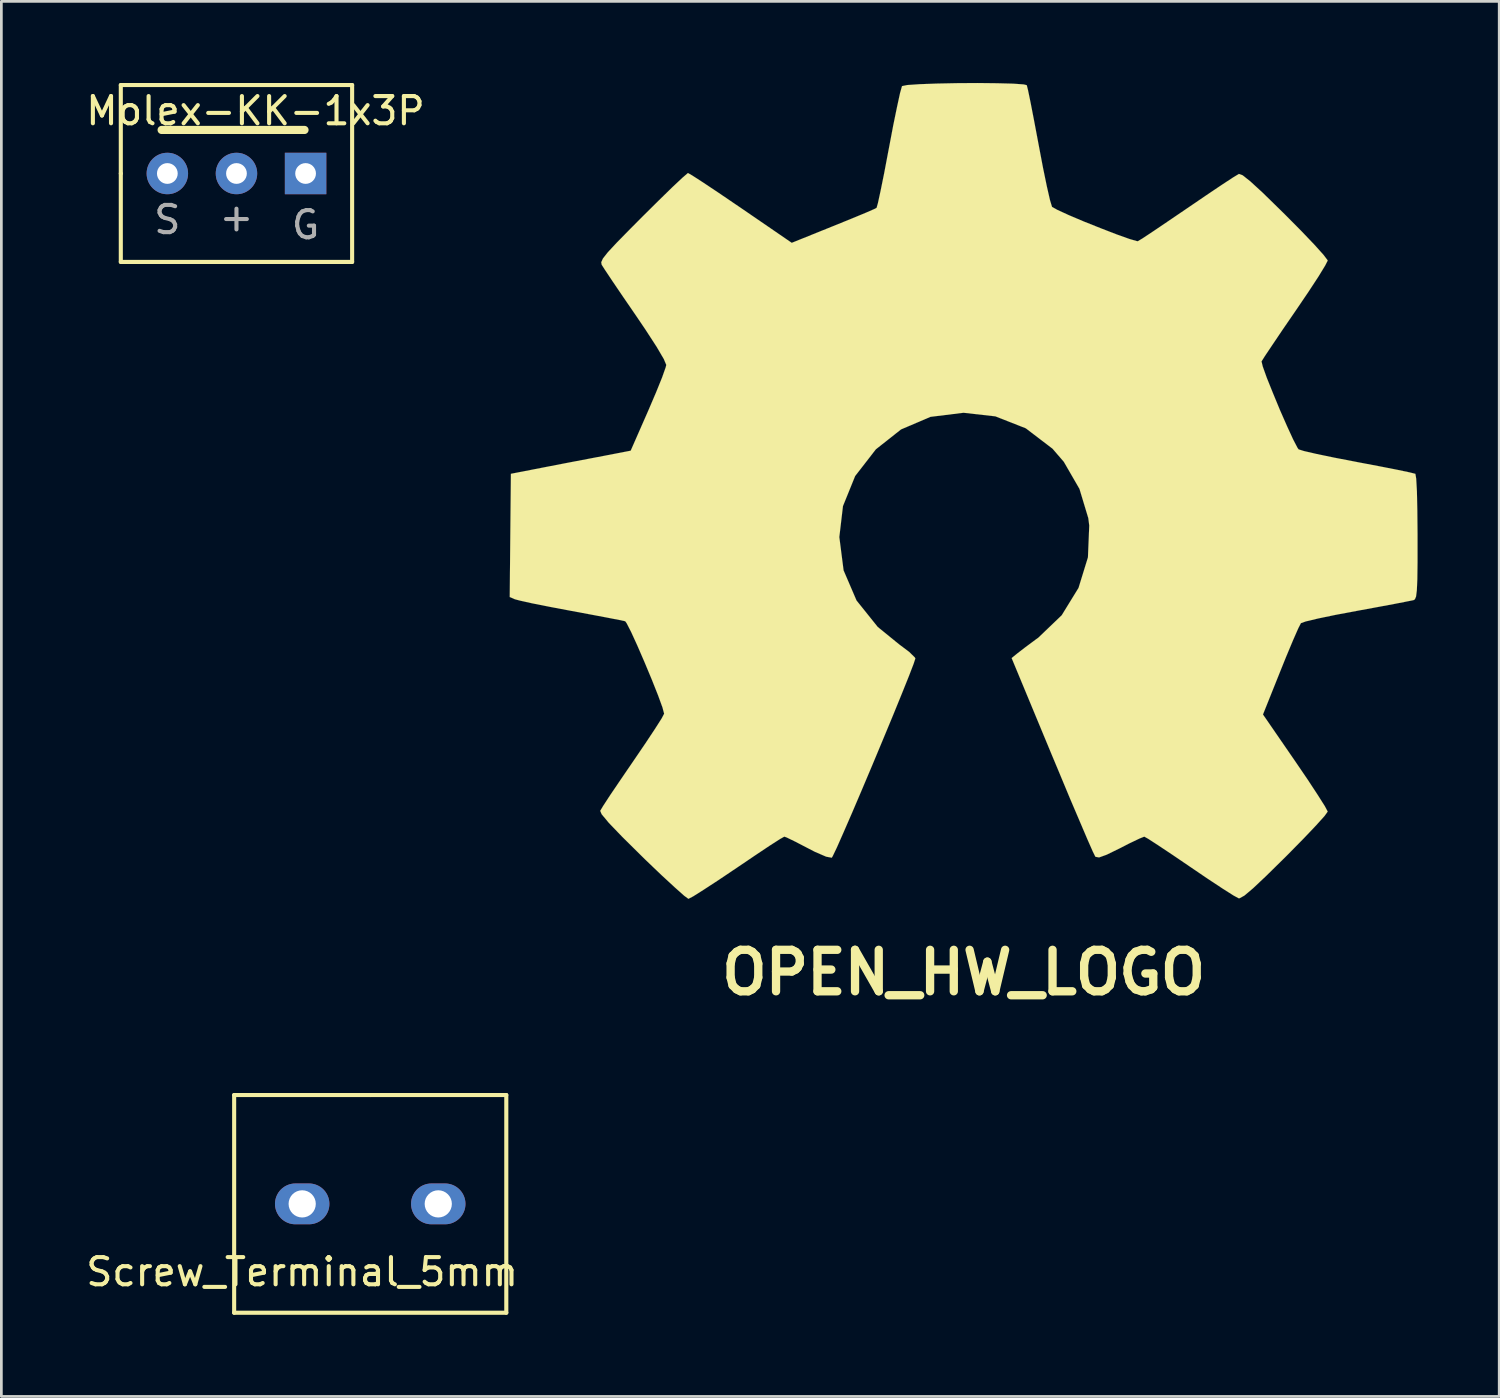
<source format=kicad_pcb>
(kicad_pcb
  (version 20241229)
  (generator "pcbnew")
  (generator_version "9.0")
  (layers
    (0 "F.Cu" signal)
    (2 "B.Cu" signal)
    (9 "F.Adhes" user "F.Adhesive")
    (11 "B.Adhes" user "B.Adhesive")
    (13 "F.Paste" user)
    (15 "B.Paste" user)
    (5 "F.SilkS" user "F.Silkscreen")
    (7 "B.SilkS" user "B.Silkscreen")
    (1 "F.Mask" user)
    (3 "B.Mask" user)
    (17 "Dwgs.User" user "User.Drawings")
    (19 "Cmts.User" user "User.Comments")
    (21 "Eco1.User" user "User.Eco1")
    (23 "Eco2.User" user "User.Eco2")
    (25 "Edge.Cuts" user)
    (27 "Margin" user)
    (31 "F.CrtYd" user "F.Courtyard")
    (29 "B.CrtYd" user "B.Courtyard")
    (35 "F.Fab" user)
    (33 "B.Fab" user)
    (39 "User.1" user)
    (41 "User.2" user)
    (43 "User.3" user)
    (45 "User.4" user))
  (footprint "Screw_Terminal_5mm"
    (layer "F.Cu")
    (at 10.554 41.187)
    (property "Reference" "Screw_Terminal_5mm" (at -2.5 2.5 0) (layer "F.SilkS") (effects (font (size 1 1) (thickness 0.15))))
    (attr through_hole)
    (fp_line (start -5 -4) (end -5 4) (stroke (width 0.15) (type solid)) (layer "F.SilkS"))
    (fp_line (start -5 4) (end 5 4) (stroke (width 0.15) (type solid)) (layer "F.SilkS"))
    (fp_line (start 0 -4) (end -5 -4) (stroke (width 0.15) (type solid)) (layer "F.SilkS"))
    (fp_line (start 5 -4) (end 0 -4) (stroke (width 0.15) (type solid)) (layer "F.SilkS"))
    (fp_line (start 5 4) (end 5 -4) (stroke (width 0.15) (type solid)) (layer "F.SilkS"))
    (pad "1" thru_hole oval (at -2.5 0) (size 2 1.5) (drill 1) (layers "*.Cu" "F.Mask"))
    (pad "2" thru_hole oval (at 2.5 0) (size 2 1.5) (drill 1) (layers "*.Cu" "F.Mask")))
  (footprint "OPEN_HW_LOGO"
    (layer "F.Cu")
    (at 32.36 14.992)
    (property "Reference" "OPEN_HW_LOGO" (at 0 17.694 0) (layer "F.SilkS") (effects (font (size 1.524 1.524) (thickness 0.305))))
    (attr through_hole)
    (fp_poly (pts (xy -10.114 14.986) (xy -9.939 14.895) (xy -9.548 14.648) (xy -8.992 14.285) (xy -8.334 13.843) (xy -7.673 13.396) (xy -7.13 13.033) (xy -6.749 12.789) (xy -6.591 12.7) (xy -6.505 12.73) (xy -6.19 12.883) (xy -5.735 13.119) (xy -5.471 13.256) (xy -5.052 13.437) (xy -4.846 13.475) (xy -4.811 13.416) (xy -4.658 13.096) (xy -4.417 12.55) (xy -4.102 11.826) (xy -3.741 10.98) (xy -3.355 10.066) (xy -2.967 9.136) (xy -2.598 8.247) (xy -2.273 7.45) (xy -2.012 6.8) (xy -1.839 6.35) (xy -1.775 6.154) (xy -1.796 6.114) (xy -2.004 5.911) (xy -2.37 5.636) (xy -3.157 4.996) (xy -3.937 4.023) (xy -4.412 2.918) (xy -4.569 1.692) (xy -4.435 0.554) (xy -3.988 -0.549) (xy -3.226 -1.532) (xy -2.301 -2.263) (xy -1.219 -2.725) (xy -0.005 -2.875) (xy 1.166 -2.743) (xy 2.283 -2.304) (xy 3.266 -1.554) (xy 3.68 -1.074) (xy 4.255 -0.079) (xy 4.58 0.996) (xy 4.615 1.27) (xy 4.567 2.438) (xy 4.221 3.561) (xy 3.602 4.567) (xy 2.743 5.39) (xy 2.637 5.466) (xy 2.238 5.763) (xy 1.971 5.969) (xy 1.763 6.139) (xy 3.254 9.731) (xy 3.493 10.302) (xy 3.901 11.283) (xy 4.262 12.129) (xy 4.549 12.802) (xy 4.747 13.251) (xy 4.836 13.432) (xy 4.846 13.442) (xy 4.976 13.465) (xy 5.253 13.365) (xy 5.751 13.122) (xy 6.083 12.951) (xy 6.464 12.769) (xy 6.637 12.7) (xy 6.779 12.779) (xy 7.148 13.018) (xy 7.681 13.373) (xy 8.324 13.81) (xy 8.933 14.224) (xy 9.497 14.597) (xy 9.909 14.859) (xy 10.104 14.966) (xy 10.137 14.966) (xy 10.315 14.867) (xy 10.635 14.597) (xy 11.125 14.135) (xy 11.819 13.452) (xy 11.923 13.348) (xy 12.492 12.769) (xy 12.954 12.283) (xy 13.264 11.938) (xy 13.376 11.781) (xy 13.376 11.778) (xy 13.274 11.585) (xy 13.015 11.176) (xy 12.642 10.607) (xy 12.187 9.939) (xy 10.998 8.212) (xy 11.651 6.581) (xy 11.852 6.083) (xy 12.106 5.476) (xy 12.296 5.044) (xy 12.393 4.856) (xy 12.57 4.793) (xy 13.018 4.686) (xy 13.663 4.552) (xy 14.435 4.407) (xy 15.169 4.272) (xy 15.834 4.148) (xy 16.314 4.054) (xy 16.53 4.011) (xy 16.581 3.98) (xy 16.624 3.876) (xy 16.652 3.65) (xy 16.67 3.246) (xy 16.678 2.611) (xy 16.678 1.692) (xy 16.678 1.593) (xy 16.67 0.714) (xy 16.655 0.015) (xy 16.629 -0.45) (xy 16.599 -0.63) (xy 16.596 -0.632) (xy 16.391 -0.683) (xy 15.921 -0.782) (xy 15.258 -0.912) (xy 14.465 -1.062) (xy 14.417 -1.072) (xy 13.627 -1.224) (xy 12.967 -1.361) (xy 12.504 -1.468) (xy 12.309 -1.529) (xy 12.268 -1.585) (xy 12.108 -1.892) (xy 11.882 -2.383) (xy 11.62 -2.979) (xy 11.364 -3.599) (xy 11.14 -4.155) (xy 10.991 -4.572) (xy 10.945 -4.76) (xy 10.947 -4.765) (xy 11.067 -4.956) (xy 11.339 -5.362) (xy 11.722 -5.931) (xy 12.182 -6.601) (xy 12.217 -6.652) (xy 12.67 -7.32) (xy 13.038 -7.882) (xy 13.284 -8.285) (xy 13.376 -8.466) (xy 13.373 -8.479) (xy 13.223 -8.677) (xy 12.883 -9.055) (xy 12.398 -9.563) (xy 11.814 -10.152) (xy 11.628 -10.335) (xy 10.98 -10.968) (xy 10.528 -11.382) (xy 10.249 -11.603) (xy 10.114 -11.651) (xy 10.109 -11.648) (xy 9.909 -11.527) (xy 9.489 -11.252) (xy 8.915 -10.866) (xy 8.24 -10.406) (xy 8.191 -10.373) (xy 7.526 -9.921) (xy 6.97 -9.545) (xy 6.576 -9.284) (xy 6.403 -9.18) (xy 6.373 -9.18) (xy 6.101 -9.258) (xy 5.629 -9.426) (xy 5.044 -9.652) (xy 4.427 -9.898) (xy 3.868 -10.135) (xy 3.447 -10.328) (xy 3.249 -10.439) (xy 3.244 -10.45) (xy 3.172 -10.688) (xy 3.058 -11.186) (xy 2.916 -11.874) (xy 2.761 -12.69) (xy 2.736 -12.822) (xy 2.586 -13.617) (xy 2.459 -14.272) (xy 2.365 -14.727) (xy 2.319 -14.912) (xy 2.207 -14.94) (xy 1.816 -14.968) (xy 1.224 -14.983) (xy 0.508 -14.991) (xy -0.257 -14.986) (xy -0.993 -14.971) (xy -1.623 -14.948) (xy -2.073 -14.917) (xy -2.261 -14.879) (xy -2.268 -14.869) (xy -2.337 -14.623) (xy -2.446 -14.122) (xy -2.588 -13.432) (xy -2.743 -12.614) (xy -2.771 -12.469) (xy -2.921 -11.676) (xy -3.053 -11.026) (xy -3.15 -10.579) (xy -3.2 -10.404) (xy -3.272 -10.366) (xy -3.599 -10.223) (xy -4.13 -10.003) (xy -4.788 -9.736) (xy -6.317 -9.119) (xy -8.186 -10.401) (xy -8.359 -10.518) (xy -9.032 -10.975) (xy -9.586 -11.344) (xy -9.972 -11.593) (xy -10.13 -11.684) (xy -10.142 -11.676) (xy -10.33 -11.514) (xy -10.701 -11.166) (xy -11.206 -10.673) (xy -11.798 -10.086) (xy -12.233 -9.649) (xy -12.748 -9.124) (xy -13.076 -8.771) (xy -13.254 -8.545) (xy -13.317 -8.407) (xy -13.302 -8.316) (xy -13.18 -8.125) (xy -12.906 -7.714) (xy -12.52 -7.145) (xy -12.065 -6.482) (xy -11.692 -5.931) (xy -11.283 -5.301) (xy -11.019 -4.851) (xy -10.927 -4.633) (xy -10.95 -4.542) (xy -11.079 -4.176) (xy -11.303 -3.622) (xy -11.585 -2.962) (xy -12.235 -1.481) (xy -13.208 -1.293) (xy -13.795 -1.181) (xy -14.618 -1.024) (xy -15.408 -0.871) (xy -16.637 -0.632) (xy -16.68 3.896) (xy -16.49 3.978) (xy -16.309 4.026) (xy -15.852 4.128) (xy -15.202 4.257) (xy -14.435 4.402) (xy -13.78 4.524) (xy -13.122 4.648) (xy -12.649 4.74) (xy -12.438 4.785) (xy -12.385 4.856) (xy -12.22 5.177) (xy -11.989 5.682) (xy -11.725 6.292) (xy -11.46 6.927) (xy -11.229 7.508) (xy -11.067 7.953) (xy -11.006 8.184) (xy -11.097 8.357) (xy -11.344 8.745) (xy -11.709 9.296) (xy -12.156 9.952) (xy -12.603 10.607) (xy -12.982 11.166) (xy -13.246 11.57) (xy -13.355 11.753) (xy -13.302 11.877) (xy -13.038 12.195) (xy -12.545 12.708) (xy -11.811 13.434) (xy -11.692 13.551) (xy -11.105 14.112) (xy -10.612 14.567) (xy -10.267 14.874) (xy -10.114 14.986)) (stroke (width 0.003) (type solid)) (fill yes) (layer "F.SilkS")))
  (footprint "Molex-KK-1x3P"
    (layer "F.Cu")
    (at 5.639 3.325)
    (property "Reference" "Molex-KK-1x3P" (at 0.7 -2.3 0) (layer "F.SilkS") (effects (font (size 1 1) (thickness 0.15))))
    (attr through_hole)
    (fp_line (start -4.25 -3.25) (end 4.25 -3.25) (stroke (width 0.15) (type solid)) (layer "F.SilkS"))
    (fp_line (start -4.25 0) (end -4.25 -3.25) (stroke (width 0.15) (type solid)) (layer "F.SilkS"))
    (fp_line (start -4.25 3.25) (end -4.25 0) (stroke (width 0.15) (type solid)) (layer "F.SilkS"))
    (fp_line (start 2.5 -1.6) (end -2.75 -1.6) (stroke (width 0.3) (type solid)) (layer "F.SilkS"))
    (fp_line (start 4.25 -3.25) (end 4.25 3.25) (stroke (width 0.15) (type solid)) (layer "F.SilkS"))
    (fp_line (start 4.25 3.25) (end -4.25 3.25) (stroke (width 0.15) (type solid)) (layer "F.SilkS"))
    (fp_text user "+" (at 0 1.6 0) (layer "F.Fab") (effects (font (size 1 1) (thickness 0.15))))
    (fp_text user "G" (at 2.54 1.89 0) (layer "F.Fab") (effects (font (size 1 1) (thickness 0.15))))
    (fp_text user "S" (at -2.54 1.7 0) (layer "F.Fab") (effects (font (size 1 1) (thickness 0.15))))
    (pad "1" thru_hole rect (at 2.54 0) (size 1.524 1.524) (drill 0.762) (layers "*.Cu" "*.Mask"))
    (pad "2" thru_hole circle (at 0 0) (size 1.524 1.524) (drill 0.762) (layers "*.Cu" "*.Mask"))
    (pad "3" thru_hole circle (at -2.54 0) (size 1.524 1.524) (drill 0.762) (layers "*.Cu" "*.Mask")))
  (gr_rect
    (start -3 -3)
    (end 52.039 48.262)
    (stroke (width 0.1) (type default))
    (fill no)
    (layer "Edge.Cuts")))
</source>
